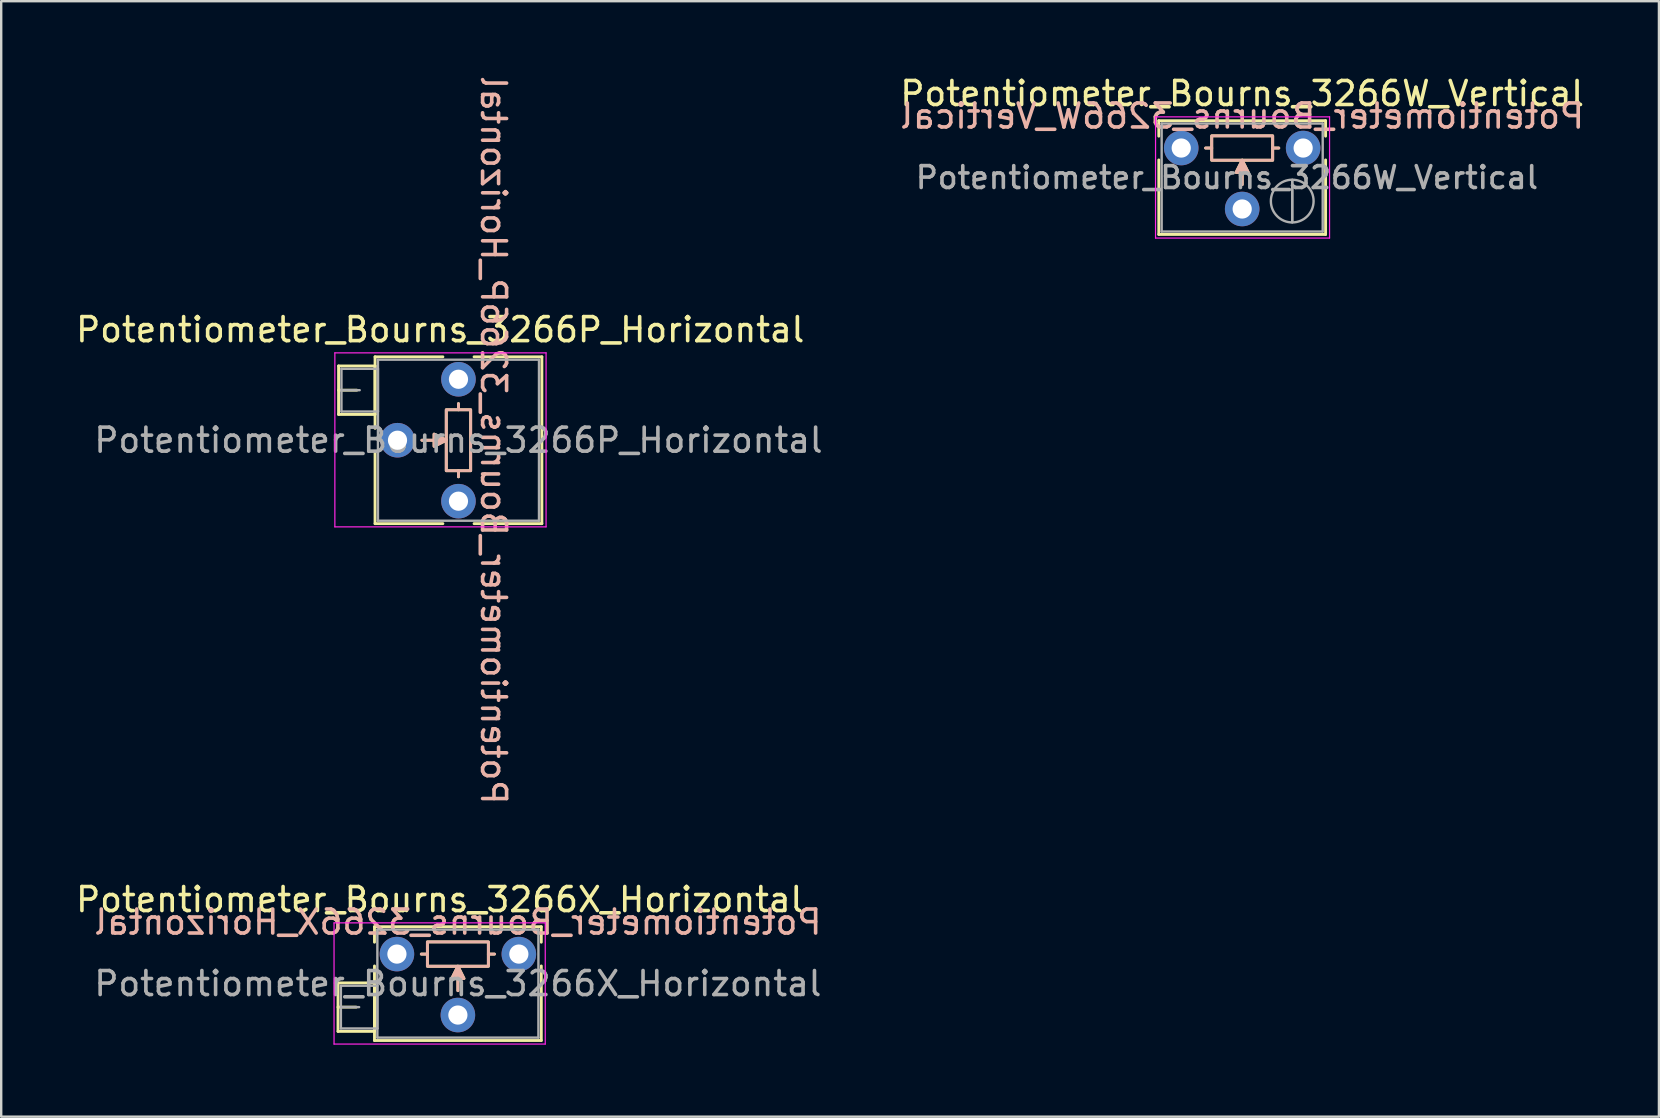
<source format=kicad_pcb>
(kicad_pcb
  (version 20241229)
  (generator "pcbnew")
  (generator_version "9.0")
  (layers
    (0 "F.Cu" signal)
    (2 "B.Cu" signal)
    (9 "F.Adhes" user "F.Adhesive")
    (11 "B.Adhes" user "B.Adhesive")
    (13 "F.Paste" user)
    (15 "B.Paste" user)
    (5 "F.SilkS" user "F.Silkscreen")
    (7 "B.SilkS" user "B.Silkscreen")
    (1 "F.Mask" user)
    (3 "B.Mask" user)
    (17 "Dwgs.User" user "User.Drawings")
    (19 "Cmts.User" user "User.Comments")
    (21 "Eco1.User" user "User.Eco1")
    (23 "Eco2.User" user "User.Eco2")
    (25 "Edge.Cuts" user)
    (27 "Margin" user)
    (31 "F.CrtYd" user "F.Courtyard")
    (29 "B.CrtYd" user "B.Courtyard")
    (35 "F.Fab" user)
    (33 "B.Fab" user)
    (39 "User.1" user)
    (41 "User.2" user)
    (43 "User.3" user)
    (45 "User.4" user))
  (footprint "Potentiometer_Bourns_3266P_Horizontal"
    (layer "F.Cu")
    (at 16.052 12.752)
    (property "Reference" "Potentiometer_Bourns_3266P_Horizontal" (at -0.76 -2.065 0) (layer "F.SilkS") (effects (font (size 1 1) (thickness 0.15))))
    (attr through_hole)
    (fp_line (start -4.995 -0.555) (end -4.995 1.465) (stroke (width 0.12) (type solid)) (layer "F.SilkS"))
    (fp_line (start -4.995 -0.555) (end -3.476 -0.555) (stroke (width 0.12) (type solid)) (layer "F.SilkS"))
    (fp_line (start -4.995 0.455) (end -4.236 0.455) (stroke (width 0.12) (type solid)) (layer "F.SilkS"))
    (fp_line (start -4.995 1.465) (end -3.476 1.465) (stroke (width 0.12) (type solid)) (layer "F.SilkS"))
    (fp_line (start -3.476 -0.555) (end -3.476 1.465) (stroke (width 0.12) (type solid)) (layer "F.SilkS"))
    (fp_line (start -3.475 -0.935) (end -3.475 2.045) (stroke (width 0.12) (type solid)) (layer "F.SilkS"))
    (fp_line (start -3.475 -0.935) (end -0.649 -0.935) (stroke (width 0.12) (type solid)) (layer "F.SilkS"))
    (fp_line (start -3.475 3.036) (end -3.475 6.015) (stroke (width 0.12) (type solid)) (layer "F.SilkS"))
    (fp_line (start -3.475 6.015) (end -0.649 6.015) (stroke (width 0.12) (type solid)) (layer "F.SilkS"))
    (fp_line (start -1.524 2.54) (end -0.508 2.54) (stroke (width 0.12) (type solid)) (layer "F.SilkS"))
    (fp_line (start 0 1.27) (end 0 1.016) (stroke (width 0.12) (type solid)) (layer "F.SilkS"))
    (fp_line (start 0 3.81) (end 0 4.064) (stroke (width 0.12) (type solid)) (layer "F.SilkS"))
    (fp_line (start 0.65 -0.935) (end 3.475 -0.935) (stroke (width 0.12) (type solid)) (layer "F.SilkS"))
    (fp_line (start 0.65 6.015) (end 3.475 6.015) (stroke (width 0.12) (type solid)) (layer "F.SilkS"))
    (fp_line (start 3.475 -0.935) (end 3.475 6.015) (stroke (width 0.12) (type solid)) (layer "F.SilkS"))
    (fp_rect (start -0.508 1.27) (end 0.508 3.81) (stroke (width 0.12) (type solid)) (fill no) (layer "F.SilkS"))
    (fp_poly (pts (xy -0.508 2.54) (xy -1.016 2.794) (xy -1.016 2.286)) (stroke (width 0.12) (type solid)) (fill yes) (layer "F.SilkS"))
    (fp_line (start -1.524 2.54) (end -0.508 2.54) (stroke (width 0.12) (type solid)) (layer "B.SilkS"))
    (fp_line (start 0 1.016) (end 0 1.27) (stroke (width 0.12) (type solid)) (layer "B.SilkS"))
    (fp_line (start 0 4.064) (end 0 3.81) (stroke (width 0.12) (type solid)) (layer "B.SilkS"))
    (fp_rect (start -0.508 1.27) (end 0.508 3.81) (stroke (width 0.12) (type solid)) (fill no) (layer "B.SilkS"))
    (fp_poly (pts (xy -0.508 2.54) (xy -1.016 2.794) (xy -1.016 2.286)) (stroke (width 0.12) (type solid)) (fill yes) (layer "B.SilkS"))
    (fp_line (start -5.15 -1.1) (end -5.15 6.15) (stroke (width 0.05) (type solid)) (layer "F.CrtYd"))
    (fp_line (start -5.15 6.15) (end 3.65 6.15) (stroke (width 0.05) (type solid)) (layer "F.CrtYd"))
    (fp_line (start 3.65 -1.1) (end -5.15 -1.1) (stroke (width 0.05) (type solid)) (layer "F.CrtYd"))
    (fp_line (start 3.65 6.15) (end 3.65 -1.1) (stroke (width 0.05) (type solid)) (layer "F.CrtYd"))
    (fp_line (start -4.875 -0.435) (end -4.875 1.345) (stroke (width 0.1) (type solid)) (layer "F.Fab"))
    (fp_line (start -4.875 0.455) (end -4.115 0.455) (stroke (width 0.1) (type solid)) (layer "F.Fab"))
    (fp_line (start -4.875 1.345) (end -3.355 1.345) (stroke (width 0.1) (type solid)) (layer "F.Fab"))
    (fp_line (start -3.355 -0.815) (end -3.355 5.895) (stroke (width 0.1) (type solid)) (layer "F.Fab"))
    (fp_line (start -3.355 -0.435) (end -4.875 -0.435) (stroke (width 0.1) (type solid)) (layer "F.Fab"))
    (fp_line (start -3.355 1.345) (end -3.355 -0.435) (stroke (width 0.1) (type solid)) (layer "F.Fab"))
    (fp_line (start -3.355 5.895) (end 3.355 5.895) (stroke (width 0.1) (type solid)) (layer "F.Fab"))
    (fp_line (start 3.355 -0.815) (end -3.355 -0.815) (stroke (width 0.1) (type solid)) (layer "F.Fab"))
    (fp_line (start 3.355 5.895) (end 3.355 -0.815) (stroke (width 0.1) (type solid)) (layer "F.Fab"))
    (fp_text user "${REFERENCE}" (at 1.46 2.54 270) (unlocked yes) (layer "B.SilkS") (effects (font (size 1 1) (thickness 0.15)) (justify mirror)))
    (fp_text user "${REFERENCE}" (at 0 2.54 0) (layer "F.Fab") (effects (font (size 1 1) (thickness 0.15))))
    (pad "1" thru_hole circle (at 0 0) (size 1.44 1.44) (drill 0.8) (layers "*.Cu" "*.Mask"))
    (pad "2" thru_hole circle (at -2.54 2.54) (size 1.44 1.44) (drill 0.8) (layers "*.Cu" "*.Mask"))
    (pad "3" thru_hole circle (at 0 5.08) (size 1.44 1.44) (drill 0.8) (layers "*.Cu" "*.Mask")))
  (footprint "Potentiometer_Bourns_3266W_Vertical"
    (layer "F.Cu")
    (at 51.246 3.118)
    (property "Reference" "Potentiometer_Bourns_3266W_Vertical" (at -2.54 -2.27 0) (layer "F.SilkS") (effects (font (size 1 1) (thickness 0.15))))
    (attr through_hole)
    (fp_line (start -6.015 -1.14) (end -6.015 -0.495) (stroke (width 0.12) (type solid)) (layer "F.SilkS"))
    (fp_line (start -6.015 -1.14) (end 0.935 -1.14) (stroke (width 0.12) (type solid)) (layer "F.SilkS"))
    (fp_line (start -6.015 0.495) (end -6.015 3.6) (stroke (width 0.12) (type solid)) (layer "F.SilkS"))
    (fp_line (start -6.015 3.6) (end 0.935 3.6) (stroke (width 0.12) (type solid)) (layer "F.SilkS"))
    (fp_line (start -3.81 0) (end -4.064 0) (stroke (width 0.12) (type solid)) (layer "F.SilkS"))
    (fp_line (start -2.54 1.524) (end -2.54 0.508) (stroke (width 0.12) (type solid)) (layer "F.SilkS"))
    (fp_line (start -1.27 0) (end -1.016 0) (stroke (width 0.12) (type solid)) (layer "F.SilkS"))
    (fp_line (start 0.935 -1.14) (end 0.935 -0.495) (stroke (width 0.12) (type solid)) (layer "F.SilkS"))
    (fp_line (start 0.935 0.495) (end 0.935 3.6) (stroke (width 0.12) (type solid)) (layer "F.SilkS"))
    (fp_rect (start -3.81 0.508) (end -1.27 -0.508) (stroke (width 0.12) (type solid)) (fill no) (layer "F.SilkS"))
    (fp_poly (pts (xy -2.54 0.508) (xy -2.286 1.016) (xy -2.794 1.016)) (stroke (width 0.12) (type solid)) (fill yes) (layer "F.SilkS"))
    (fp_line (start -4.064 0) (end -3.81 0) (stroke (width 0.12) (type solid)) (layer "B.SilkS"))
    (fp_line (start -2.54 1.524) (end -2.54 0.508) (stroke (width 0.12) (type solid)) (layer "B.SilkS"))
    (fp_line (start -1.27 0) (end -1.016 0) (stroke (width 0.12) (type solid)) (layer "B.SilkS"))
    (fp_rect (start -3.81 -0.508) (end -1.27 0.508) (stroke (width 0.12) (type solid)) (fill no) (layer "B.SilkS"))
    (fp_poly (pts (xy -2.286 1.016) (xy -2.794 1.016) (xy -2.54 0.508)) (stroke (width 0.12) (type solid)) (fill yes) (layer "B.SilkS"))
    (fp_line (start -6.15 -1.3) (end -6.15 3.75) (stroke (width 0.05) (type solid)) (layer "F.CrtYd"))
    (fp_line (start -6.15 3.75) (end 1.1 3.75) (stroke (width 0.05) (type solid)) (layer "F.CrtYd"))
    (fp_line (start 1.1 -1.3) (end -6.15 -1.3) (stroke (width 0.05) (type solid)) (layer "F.CrtYd"))
    (fp_line (start 1.1 3.75) (end 1.1 -1.3) (stroke (width 0.05) (type solid)) (layer "F.CrtYd"))
    (fp_line (start -5.895 -1.02) (end -5.895 3.48) (stroke (width 0.1) (type solid)) (layer "F.Fab"))
    (fp_line (start -5.895 3.48) (end 0.815 3.48) (stroke (width 0.1) (type solid)) (layer "F.Fab"))
    (fp_line (start -0.455 3.092) (end -0.454 1.329) (stroke (width 0.1) (type solid)) (layer "F.Fab"))
    (fp_line (start -0.455 3.092) (end -0.454 1.329) (stroke (width 0.1) (type solid)) (layer "F.Fab"))
    (fp_line (start 0.815 -1.02) (end -5.895 -1.02) (stroke (width 0.1) (type solid)) (layer "F.Fab"))
    (fp_line (start 0.815 3.48) (end 0.815 -1.02) (stroke (width 0.1) (type solid)) (layer "F.Fab"))
    (fp_circle (center -0.455 2.21) (end 0.435 2.21) (stroke (width 0.1) (type solid)) (fill no) (layer "F.Fab"))
    (fp_text user "${REFERENCE}" (at -2.54 -1.333 0) (unlocked yes) (layer "B.SilkS") (effects (font (size 1 1) (thickness 0.15)) (justify mirror)))
    (fp_text user "${REFERENCE}" (at -3.175 1.23 0) (layer "F.Fab") (effects (font (size 0.91 0.91) (thickness 0.15))))
    (pad "1" thru_hole circle (at 0 0) (size 1.44 1.44) (drill 0.8) (layers "*.Cu" "*.Mask"))
    (pad "2" thru_hole circle (at -2.54 2.54) (size 1.44 1.44) (drill 0.8) (layers "*.Cu" "*.Mask"))
    (pad "3" thru_hole circle (at -5.08 0) (size 1.44 1.44) (drill 0.8) (layers "*.Cu" "*.Mask")))
  (footprint "Potentiometer_Bourns_3266X_Horizontal"
    (layer "F.Cu")
    (at 18.568 36.702)
    (property "Reference" "Potentiometer_Bourns_3266X_Horizontal" (at -3.3 -2.27 0) (layer "F.SilkS") (effects (font (size 1 1) (thickness 0.15))))
    (attr through_hole)
    (fp_line (start -7.535 1.2) (end -7.535 3.22) (stroke (width 0.12) (type solid)) (layer "F.SilkS"))
    (fp_line (start -7.535 1.2) (end -6.016 1.2) (stroke (width 0.12) (type solid)) (layer "F.SilkS"))
    (fp_line (start -7.535 2.21) (end -6.776 2.21) (stroke (width 0.12) (type solid)) (layer "F.SilkS"))
    (fp_line (start -7.535 3.22) (end -6.016 3.22) (stroke (width 0.12) (type solid)) (layer "F.SilkS"))
    (fp_line (start -6.016 1.2) (end -6.016 3.22) (stroke (width 0.12) (type solid)) (layer "F.SilkS"))
    (fp_line (start -6.015 -1.14) (end -6.015 -0.495) (stroke (width 0.12) (type solid)) (layer "F.SilkS"))
    (fp_line (start -6.015 -1.14) (end 0.935 -1.14) (stroke (width 0.12) (type solid)) (layer "F.SilkS"))
    (fp_line (start -6.015 0.495) (end -6.015 3.6) (stroke (width 0.12) (type solid)) (layer "F.SilkS"))
    (fp_line (start -6.015 3.6) (end 0.935 3.6) (stroke (width 0.12) (type solid)) (layer "F.SilkS"))
    (fp_line (start -3.81 0) (end -4.064 0) (stroke (width 0.12) (type solid)) (layer "F.SilkS"))
    (fp_line (start -2.54 1.524) (end -2.54 0.508) (stroke (width 0.12) (type solid)) (layer "F.SilkS"))
    (fp_line (start -1.27 0) (end -1.016 0) (stroke (width 0.12) (type solid)) (layer "F.SilkS"))
    (fp_line (start 0.935 -1.14) (end 0.935 -0.495) (stroke (width 0.12) (type solid)) (layer "F.SilkS"))
    (fp_line (start 0.935 0.495) (end 0.935 3.6) (stroke (width 0.12) (type solid)) (layer "F.SilkS"))
    (fp_rect (start -3.81 0.508) (end -1.27 -0.508) (stroke (width 0.12) (type solid)) (fill no) (layer "F.SilkS"))
    (fp_poly (pts (xy -2.54 0.508) (xy -2.286 1.016) (xy -2.794 1.016)) (stroke (width 0.12) (type solid)) (fill yes) (layer "F.SilkS"))
    (fp_line (start -4.064 0) (end -3.81 0) (stroke (width 0.12) (type solid)) (layer "B.SilkS"))
    (fp_line (start -2.54 1.524) (end -2.54 0.508) (stroke (width 0.12) (type solid)) (layer "B.SilkS"))
    (fp_line (start -1.27 0) (end -1.016 0) (stroke (width 0.12) (type solid)) (layer "B.SilkS"))
    (fp_rect (start -3.81 -0.508) (end -1.27 0.508) (stroke (width 0.12) (type solid)) (fill no) (layer "B.SilkS"))
    (fp_poly (pts (xy -2.286 1.016) (xy -2.794 1.016) (xy -2.54 0.508)) (stroke (width 0.12) (type solid)) (fill yes) (layer "B.SilkS"))
    (fp_line (start -7.7 -1.3) (end -7.7 3.75) (stroke (width 0.05) (type solid)) (layer "F.CrtYd"))
    (fp_line (start -7.7 3.75) (end 1.1 3.75) (stroke (width 0.05) (type solid)) (layer "F.CrtYd"))
    (fp_line (start 1.1 -1.3) (end -7.7 -1.3) (stroke (width 0.05) (type solid)) (layer "F.CrtYd"))
    (fp_line (start 1.1 3.75) (end 1.1 -1.3) (stroke (width 0.05) (type solid)) (layer "F.CrtYd"))
    (fp_line (start -7.415 1.32) (end -7.415 3.1) (stroke (width 0.1) (type solid)) (layer "F.Fab"))
    (fp_line (start -7.415 2.21) (end -6.655 2.21) (stroke (width 0.1) (type solid)) (layer "F.Fab"))
    (fp_line (start -7.415 3.1) (end -5.895 3.1) (stroke (width 0.1) (type solid)) (layer "F.Fab"))
    (fp_line (start -5.895 -1.02) (end -5.895 3.48) (stroke (width 0.1) (type solid)) (layer "F.Fab"))
    (fp_line (start -5.895 1.32) (end -7.415 1.32) (stroke (width 0.1) (type solid)) (layer "F.Fab"))
    (fp_line (start -5.895 3.1) (end -5.895 1.32) (stroke (width 0.1) (type solid)) (layer "F.Fab"))
    (fp_line (start -5.895 3.48) (end 0.815 3.48) (stroke (width 0.1) (type solid)) (layer "F.Fab"))
    (fp_line (start 0.815 -1.02) (end -5.895 -1.02) (stroke (width 0.1) (type solid)) (layer "F.Fab"))
    (fp_line (start 0.815 3.48) (end 0.815 -1.02) (stroke (width 0.1) (type solid)) (layer "F.Fab"))
    (fp_text user "${REFERENCE}" (at -2.54 -1.333 0) (unlocked yes) (layer "B.SilkS") (effects (font (size 1 1) (thickness 0.15)) (justify mirror)))
    (fp_text user "${REFERENCE}" (at -2.54 1.23 0) (layer "F.Fab") (effects (font (size 1 1) (thickness 0.15))))
    (pad "1" thru_hole circle (at 0 0) (size 1.44 1.44) (drill 0.8) (layers "*.Cu" "*.Mask"))
    (pad "2" thru_hole circle (at -2.54 2.54) (size 1.44 1.44) (drill 0.8) (layers "*.Cu" "*.Mask"))
    (pad "3" thru_hole circle (at -5.08 0) (size 1.44 1.44) (drill 0.8) (layers "*.Cu" "*.Mask")))
  (gr_rect
    (start -3 -3)
    (end 66.07 43.477)
    (stroke (width 0.1) (type default))
    (fill no)
    (layer "Edge.Cuts")))
</source>
